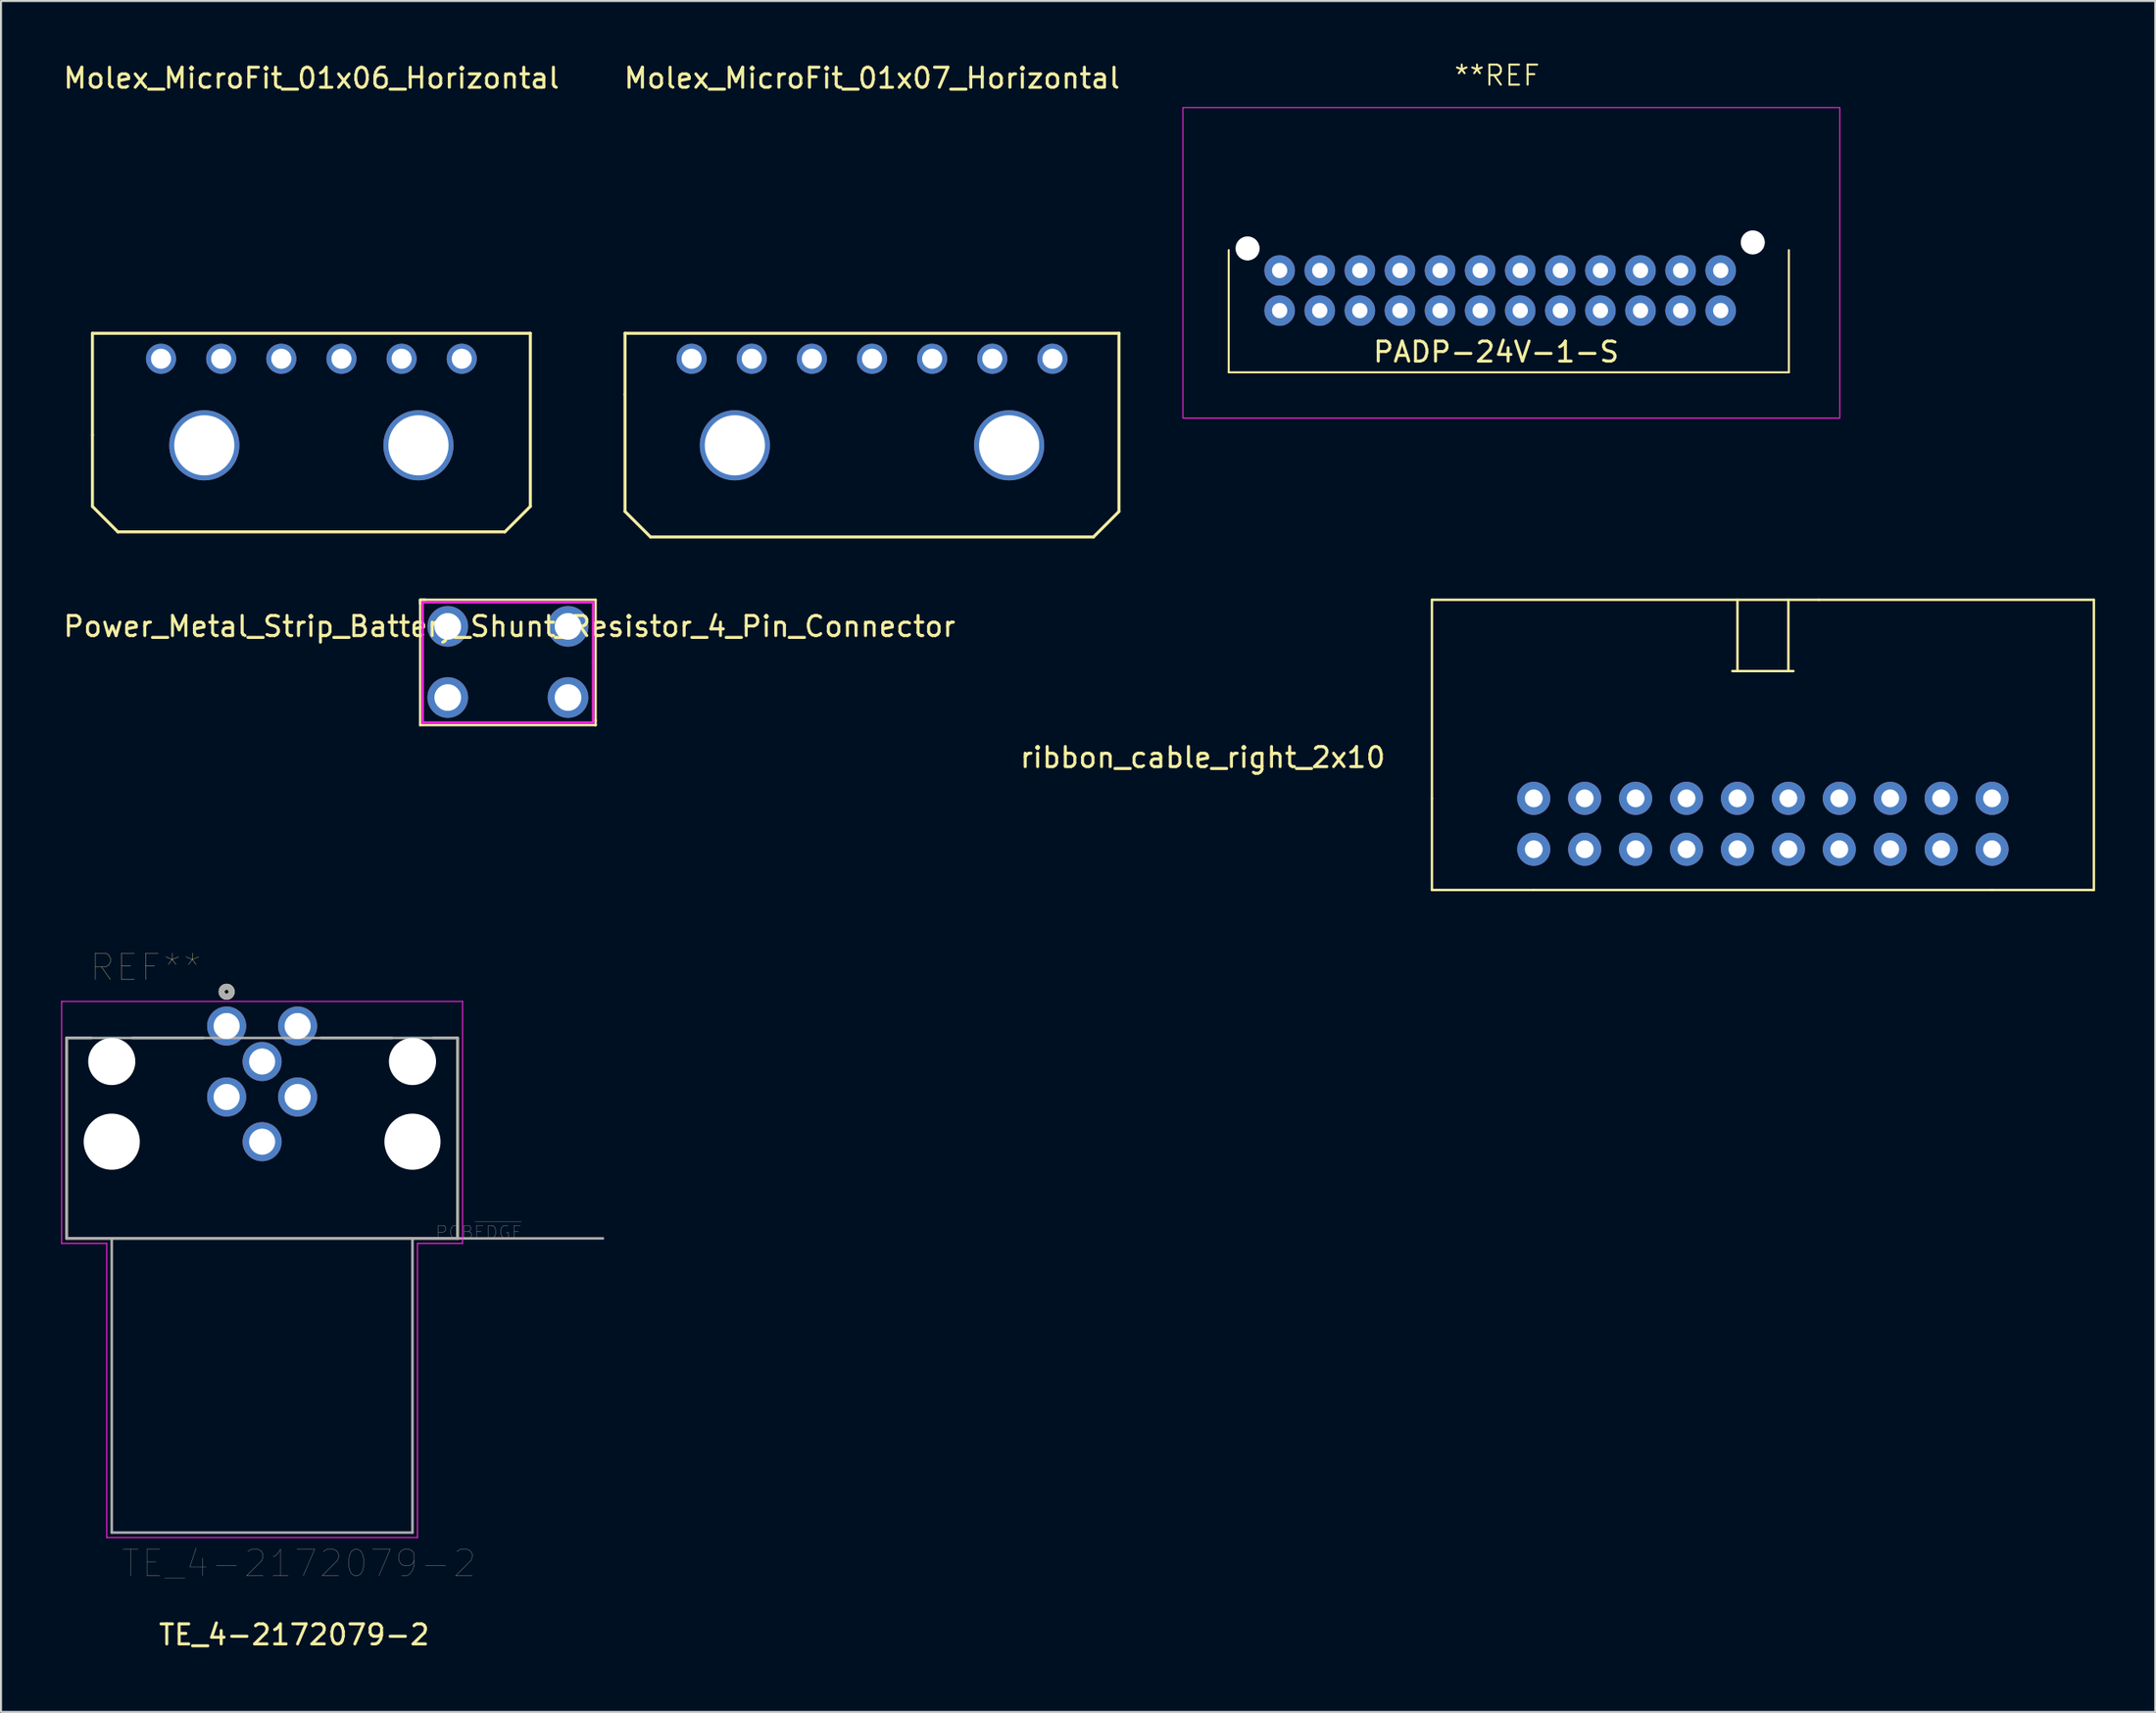
<source format=kicad_pcb>
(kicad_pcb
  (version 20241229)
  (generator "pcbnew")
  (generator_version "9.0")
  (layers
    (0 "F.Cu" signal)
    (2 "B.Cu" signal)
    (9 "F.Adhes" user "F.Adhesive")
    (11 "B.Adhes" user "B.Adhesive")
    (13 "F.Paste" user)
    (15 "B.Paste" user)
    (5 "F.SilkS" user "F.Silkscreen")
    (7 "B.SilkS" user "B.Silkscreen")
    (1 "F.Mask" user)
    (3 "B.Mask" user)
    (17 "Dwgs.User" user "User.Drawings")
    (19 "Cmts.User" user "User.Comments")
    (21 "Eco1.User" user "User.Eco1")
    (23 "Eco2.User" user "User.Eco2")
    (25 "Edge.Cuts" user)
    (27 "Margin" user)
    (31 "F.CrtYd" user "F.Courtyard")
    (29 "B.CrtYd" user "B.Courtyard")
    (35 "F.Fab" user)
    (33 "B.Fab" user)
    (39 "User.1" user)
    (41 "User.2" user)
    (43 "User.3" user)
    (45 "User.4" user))
  (footprint "Molex_MicroFit_01x06_Horizontal"
    (layer "F.Cu")
    (at 12.482 14.848)
    (property "Reference" "Molex_MicroFit_01x06_Horizontal" (at 0 -14 0) (layer "F.SilkS") (effects (font (size 1 1) (thickness 0.15))))
    (attr through_hole)
    (fp_line (start -10.922 3.81) (end -10.922 -1.27) (stroke (width 0.15) (type solid)) (layer "F.SilkS"))
    (fp_line (start -10.922 3.81) (end -10.922 7.366) (stroke (width 0.15) (type solid)) (layer "F.SilkS"))
    (fp_line (start -10.922 7.366) (end -9.652 8.636) (stroke (width 0.15) (type solid)) (layer "F.SilkS"))
    (fp_line (start -9.652 8.636) (end 9.652 8.636) (stroke (width 0.15) (type solid)) (layer "F.SilkS"))
    (fp_line (start 9.652 8.636) (end 10.922 7.366) (stroke (width 0.15) (type solid)) (layer "F.SilkS"))
    (fp_line (start 10.922 -1.27) (end -10.922 -1.27) (stroke (width 0.15) (type solid)) (layer "F.SilkS"))
    (fp_line (start 10.922 7.366) (end 10.922 -1.27) (stroke (width 0.15) (type solid)) (layer "F.SilkS"))
    (pad "" thru_hole circle (at -5.341 4.318) (size 3.5 3.5) (drill 3) (layers "*.Cu" "*.Mask"))
    (pad "" thru_hole circle (at 5.341 4.318) (size 3.5 3.5) (drill 3) (layers "*.Cu" "*.Mask"))
    (pad "1" thru_hole circle (at 7.5 0) (size 1.5 1.5) (drill 1) (layers "*.Cu" "*.Mask"))
    (pad "2" thru_hole circle (at 4.5 0) (size 1.5 1.5) (drill 1) (layers "*.Cu" "*.Mask"))
    (pad "3" thru_hole circle (at 1.5 0) (size 1.5 1.5) (drill 1) (layers "*.Cu" "*.Mask"))
    (pad "4" thru_hole circle (at -1.5 0) (size 1.5 1.5) (drill 1) (layers "*.Cu" "*.Mask"))
    (pad "5" thru_hole circle (at -4.5 0) (size 1.5 1.5) (drill 1) (layers "*.Cu" "*.Mask"))
    (pad "6" thru_hole circle (at -7.5 0) (size 1.5 1.5) (drill 1) (layers "*.Cu" "*.Mask")))
  (footprint "Molex_MicroFit_01x07_Horizontal"
    (layer "F.Cu")
    (at 40.446 14.848)
    (property "Reference" "Molex_MicroFit_01x07_Horizontal" (at 0 -14 0) (layer "F.SilkS") (effects (font (size 1 1) (thickness 0.15))))
    (attr through_hole)
    (fp_line (start -12.319 -1.27) (end 12.319 -1.27) (stroke (width 0.15) (type solid)) (layer "F.SilkS"))
    (fp_line (start -12.319 1.778) (end -12.319 -1.27) (stroke (width 0.15) (type solid)) (layer "F.SilkS"))
    (fp_line (start -12.319 1.778) (end -12.319 7.62) (stroke (width 0.15) (type solid)) (layer "F.SilkS"))
    (fp_line (start -11.049 8.89) (end -12.319 7.62) (stroke (width 0.15) (type solid)) (layer "F.SilkS"))
    (fp_line (start -11.049 8.89) (end 11.049 8.89) (stroke (width 0.15) (type solid)) (layer "F.SilkS"))
    (fp_line (start 12.319 -1.27) (end 12.319 7.62) (stroke (width 0.15) (type solid)) (layer "F.SilkS"))
    (fp_line (start 12.319 7.62) (end 11.049 8.89) (stroke (width 0.15) (type solid)) (layer "F.SilkS"))
    (pad "" thru_hole circle (at -6.841 4.318) (size 3.5 3.5) (drill 3) (layers "*.Cu" "*.Mask"))
    (pad "" thru_hole circle (at 6.841 4.318) (size 3.5 3.5) (drill 3) (layers "*.Cu" "*.Mask"))
    (pad "1" thru_hole circle (at 9 0) (size 1.5 1.5) (drill 1) (layers "*.Cu" "*.Mask"))
    (pad "2" thru_hole circle (at 6 0) (size 1.5 1.5) (drill 1) (layers "*.Cu" "*.Mask"))
    (pad "3" thru_hole circle (at 3 0) (size 1.5 1.5) (drill 1) (layers "*.Cu" "*.Mask"))
    (pad "4" thru_hole circle (at 0 0) (size 1.5 1.5) (drill 1) (layers "*.Cu" "*.Mask"))
    (pad "5" thru_hole circle (at -3 0) (size 1.5 1.5) (drill 1) (layers "*.Cu" "*.Mask"))
    (pad "6" thru_hole circle (at -6 0) (size 1.5 1.5) (drill 1) (layers "*.Cu" "*.Mask"))
    (pad "7" thru_hole circle (at -9 0) (size 1.5 1.5) (drill 1) (layers "*.Cu" "*.Mask")))
  (footprint "Power_Metal_Strip_Battery_Shunt_Resistor_4_Pin_Connector"
    (layer "F.Cu")
    (at 22.284 29.748)
    (property "Reference" "Power_Metal_Strip_Battery_Shunt_Resistor_4_Pin_Connector" (at 0.079 -1.548 0) (layer "F.SilkS") (effects (font (size 1 1) (thickness 0.15))))
    (attr through_hole)
    (fp_line (start -4.375 -2.875) (end -4.375 3.375) (stroke (width 0.12) (type solid)) (layer "F.SilkS"))
    (fp_line (start -4.375 -2.663) (end -4.375 -2.837) (stroke (width 0.12) (type solid)) (layer "F.SilkS"))
    (fp_line (start -4.375 3.375) (end 4.375 3.375) (stroke (width 0.12) (type solid)) (layer "F.SilkS"))
    (fp_line (start -4.1 -2.875) (end -4.375 -2.875) (stroke (width 0.12) (type solid)) (layer "F.SilkS"))
    (fp_line (start 4.35 3.375) (end 4.375 3.375) (stroke (width 0.12) (type solid)) (layer "F.SilkS"))
    (fp_line (start 4.375 -2.875) (end -4.375 -2.875) (stroke (width 0.12) (type solid)) (layer "F.SilkS"))
    (fp_line (start 4.375 3.125) (end 4.375 3.375) (stroke (width 0.12) (type solid)) (layer "F.SilkS"))
    (fp_line (start 4.375 3.175) (end 4.375 -2.875) (stroke (width 0.12) (type solid)) (layer "F.SilkS"))
    (fp_line (start -4.25 -2.75) (end -4.25 3.25) (stroke (width 0.12) (type solid)) (layer "F.CrtYd"))
    (fp_line (start -4.25 3.25) (end 4.25 3.25) (stroke (width 0.12) (type solid)) (layer "F.CrtYd"))
    (fp_line (start 4.25 -2.75) (end -4.25 -2.75) (stroke (width 0.12) (type solid)) (layer "F.CrtYd"))
    (fp_line (start 4.25 0.25) (end 4.25 -2.75) (stroke (width 0.12) (type solid)) (layer "F.CrtYd"))
    (fp_line (start 4.25 0.25) (end 4.25 3.25) (stroke (width 0.12) (type solid)) (layer "F.CrtYd"))
    (pad "1" thru_hole circle (at -3 2) (size 2.028 2.028) (drill 1.328) (layers "*.Cu" "*.Mask"))
    (pad "2" thru_hole circle (at 3 2) (size 2.028 2.028) (drill 1.328) (layers "*.Cu" "*.Mask"))
    (pad "3" thru_hole circle (at 3 -1.548) (size 2.028 2.028) (drill 1.328) (layers "*.Cu" "*.Mask"))
    (pad "4" thru_hole circle (at -3 -1.548) (size 2.028 2.028) (drill 1.328) (layers "*.Cu" "*.Mask")))
  (footprint "PADP-24V-1-S"
    (layer "F.Cu")
    (at 60.78 10.444)
    (property "Reference" "PADP-24V-1-S" (at 10.8 4.064 0) (unlocked yes) (layer "F.SilkS") (effects (font (size 1 1) (thickness 0.15))))
    (attr through_hole)
    (fp_line (start -2.54 -1.016) (end -2.54 5.08) (stroke (width 0.1) (type default)) (layer "F.SilkS"))
    (fp_line (start -2.54 5.08) (end 25.4 5.08) (stroke (width 0.1) (type default)) (layer "F.SilkS"))
    (fp_line (start 25.4 5.08) (end 25.4 -1.016) (stroke (width 0.1) (type default)) (layer "F.SilkS"))
    (fp_rect (start -4.826 -8.128) (end 27.94 7.366) (stroke (width 0.05) (type default)) (fill no) (layer "F.CrtYd"))
    (fp_text user "**REF" (at 8.636 -9.144 0) (unlocked yes) (layer "F.SilkS") (effects (font (size 1 1) (thickness 0.1)) (justify left bottom)))
    (pad "" np_thru_hole circle (at -1.6 -1.1) (size 1.2 1.2) (drill 1.2) (layers "*.Cu" "*.Mask"))
    (pad "" np_thru_hole circle (at 23.6 -1.4) (size 1.2 1.2) (drill 1.2) (layers "*.Cu" "*.Mask"))
    (pad "1" thru_hole circle (at 22 2) (size 1.524 1.524) (drill 0.762) (layers "*.Cu" "*.Mask"))
    (pad "2" thru_hole circle (at 22 0) (size 1.524 1.524) (drill 0.762) (layers "*.Cu" "*.Mask"))
    (pad "3" thru_hole circle (at 20 2) (size 1.524 1.524) (drill 0.762) (layers "*.Cu" "*.Mask"))
    (pad "4" thru_hole circle (at 20 0) (size 1.524 1.524) (drill 0.762) (layers "*.Cu" "*.Mask"))
    (pad "5" thru_hole circle (at 18 2) (size 1.524 1.524) (drill 0.762) (layers "*.Cu" "*.Mask"))
    (pad "6" thru_hole circle (at 18 0) (size 1.524 1.524) (drill 0.762) (layers "*.Cu" "*.Mask"))
    (pad "7" thru_hole circle (at 16 2) (size 1.524 1.524) (drill 0.762) (layers "*.Cu" "*.Mask"))
    (pad "8" thru_hole circle (at 16 0) (size 1.524 1.524) (drill 0.762) (layers "*.Cu" "*.Mask"))
    (pad "9" thru_hole circle (at 14 2) (size 1.524 1.524) (drill 0.762) (layers "*.Cu" "*.Mask"))
    (pad "10" thru_hole circle (at 14 0) (size 1.524 1.524) (drill 0.762) (layers "*.Cu" "*.Mask"))
    (pad "11" thru_hole circle (at 12 2) (size 1.524 1.524) (drill 0.762) (layers "*.Cu" "*.Mask"))
    (pad "12" thru_hole circle (at 12 0) (size 1.524 1.524) (drill 0.762) (layers "*.Cu" "*.Mask"))
    (pad "13" thru_hole circle (at 10 2) (size 1.524 1.524) (drill 0.762) (layers "*.Cu" "*.Mask"))
    (pad "14" thru_hole circle (at 10 0) (size 1.524 1.524) (drill 0.762) (layers "*.Cu" "*.Mask"))
    (pad "15" thru_hole circle (at 8 2) (size 1.524 1.524) (drill 0.762) (layers "*.Cu" "*.Mask"))
    (pad "16" thru_hole circle (at 8 0) (size 1.524 1.524) (drill 0.762) (layers "*.Cu" "*.Mask"))
    (pad "17" thru_hole circle (at 6 2) (size 1.524 1.524) (drill 0.762) (layers "*.Cu" "*.Mask"))
    (pad "18" thru_hole circle (at 6 0) (size 1.524 1.524) (drill 0.762) (layers "*.Cu" "*.Mask"))
    (pad "19" thru_hole circle (at 4 2) (size 1.524 1.524) (drill 0.762) (layers "*.Cu" "*.Mask"))
    (pad "20" thru_hole circle (at 4 0) (size 1.524 1.524) (drill 0.762) (layers "*.Cu" "*.Mask"))
    (pad "21" thru_hole circle (at 2 2) (size 1.524 1.524) (drill 0.762) (layers "*.Cu" "*.Mask"))
    (pad "22" thru_hole circle (at 2 0) (size 1.524 1.524) (drill 0.762) (layers "*.Cu" "*.Mask"))
    (pad "23" thru_hole circle (at 0 2) (size 1.524 1.524) (drill 0.762) (layers "*.Cu" "*.Mask"))
    (pad "24" thru_hole circle (at 0 0) (size 1.524 1.524) (drill 0.762) (layers "*.Cu" "*.Mask")))
  (footprint "TE_4-2172079-2"
    (layer "F.Cu")
    (at 11.625 78.008)
    (property "Reference" "TE_4-2172079-2" (at 0 0.5 0) (layer "F.SilkS") (effects (font (size 1 1) (thickness 0.15))))
    (attr through_hole)
    (fp_line (start -11.35 -29.275) (end -10.12 -29.275) (stroke (width 0.127) (type solid)) (layer "F.SilkS"))
    (fp_line (start -11.35 -19.275) (end -11.35 -29.275) (stroke (width 0.127) (type solid)) (layer "F.SilkS"))
    (fp_line (start -11.35 -19.275) (end 8.15 -19.275) (stroke (width 0.127) (type solid)) (layer "F.SilkS"))
    (fp_line (start -8.08 -29.275) (end -4.53 -29.275) (stroke (width 0.127) (type solid)) (layer "F.SilkS"))
    (fp_line (start 1.33 -29.275) (end 4.88 -29.275) (stroke (width 0.127) (type solid)) (layer "F.SilkS"))
    (fp_line (start 6.92 -29.275) (end 8.15 -29.275) (stroke (width 0.127) (type solid)) (layer "F.SilkS"))
    (fp_line (start 8.15 -29.275) (end 8.15 -19.275) (stroke (width 0.127) (type solid)) (layer "F.SilkS"))
    (fp_circle (center -3.37 -31.581) (end -3.27 -31.581) (stroke (width 0.3) (type solid)) (fill no) (layer "F.SilkS"))
    (fp_line (start -11.6 -31.1) (end 8.4 -31.1) (stroke (width 0.05) (type solid)) (layer "F.CrtYd"))
    (fp_line (start -11.6 -19.025) (end -11.6 -31.1) (stroke (width 0.05) (type solid)) (layer "F.CrtYd"))
    (fp_line (start -9.35 -19.025) (end -11.6 -19.025) (stroke (width 0.05) (type solid)) (layer "F.CrtYd"))
    (fp_line (start -9.35 -4.35) (end -9.35 -19.025) (stroke (width 0.05) (type solid)) (layer "F.CrtYd"))
    (fp_line (start 6.15 -19.025) (end 6.15 -4.35) (stroke (width 0.05) (type solid)) (layer "F.CrtYd"))
    (fp_line (start 6.15 -4.35) (end -9.35 -4.35) (stroke (width 0.05) (type solid)) (layer "F.CrtYd"))
    (fp_line (start 8.4 -31.1) (end 8.4 -19.025) (stroke (width 0.05) (type solid)) (layer "F.CrtYd"))
    (fp_line (start 8.4 -19.025) (end 6.15 -19.025) (stroke (width 0.05) (type solid)) (layer "F.CrtYd"))
    (fp_line (start -11.35 -29.275) (end 8.15 -29.275) (stroke (width 0.127) (type solid)) (layer "F.Fab"))
    (fp_line (start -11.35 -19.275) (end -11.35 -29.275) (stroke (width 0.127) (type solid)) (layer "F.Fab"))
    (fp_line (start -11.35 -19.275) (end -9.1 -19.275) (stroke (width 0.127) (type solid)) (layer "F.Fab"))
    (fp_line (start -9.1 -19.275) (end -9.1 -4.6) (stroke (width 0.127) (type solid)) (layer "F.Fab"))
    (fp_line (start -9.1 -19.275) (end 5.9 -19.275) (stroke (width 0.127) (type solid)) (layer "F.Fab"))
    (fp_line (start -9.1 -4.6) (end 5.9 -4.6) (stroke (width 0.127) (type solid)) (layer "F.Fab"))
    (fp_line (start 5.9 -19.275) (end 8.15 -19.275) (stroke (width 0.127) (type solid)) (layer "F.Fab"))
    (fp_line (start 5.9 -4.6) (end 5.9 -19.275) (stroke (width 0.127) (type solid)) (layer "F.Fab"))
    (fp_line (start 8.15 -29.275) (end 8.15 -19.275) (stroke (width 0.127) (type solid)) (layer "F.Fab"))
    (fp_line (start 8.15 -19.275) (end 15.4 -19.275) (stroke (width 0.127) (type solid)) (layer "F.Fab"))
    (fp_circle (center -3.37 -31.581) (end -3.27 -31.581) (stroke (width 0.3) (type solid)) (fill no) (layer "F.Fab"))
    (fp_text user "REF**" (at -7.409 -32.798 0) (layer "F.SilkS") (effects (font (size 1.32 1.32) (thickness 0.015))))
    (fp_text user "TE_4-2172079-2" (at 0.235 -3.058 0) (layer "F.Fab") (effects (font (size 1.32 1.32) (thickness 0.015))))
    (fp_text user "PCB~{EDGE}" (at 9.219 -19.581 0) (layer "F.Fab") (effects (font (size 0.64 0.64) (thickness 0.015))))
    (pad "" np_thru_hole circle (at -9.1 -28.1) (size 2.35 2.35) (drill 2.35) (layers "*.Cu" "*.Mask"))
    (pad "" np_thru_hole circle (at -9.1 -24.1) (size 2.8 2.8) (drill 2.8) (layers "*.Cu" "*.Mask"))
    (pad "" np_thru_hole circle (at 5.9 -28.1) (size 2.35 2.35) (drill 2.35) (layers "*.Cu" "*.Mask"))
    (pad "" np_thru_hole circle (at 5.9 -24.1) (size 2.8 2.8) (drill 2.8) (layers "*.Cu" "*.Mask"))
    (pad "1" thru_hole circle (at -3.37 -29.87) (size 1.95 1.95) (drill 1.3) (layers "*.Cu" "*.Mask"))
    (pad "2" thru_hole circle (at 0.17 -29.87) (size 1.95 1.95) (drill 1.3) (layers "*.Cu" "*.Mask"))
    (pad "3" thru_hole circle (at 0.17 -26.33) (size 1.95 1.95) (drill 1.3) (layers "*.Cu" "*.Mask"))
    (pad "4" thru_hole circle (at -3.37 -26.33) (size 1.95 1.95) (drill 1.3) (layers "*.Cu" "*.Mask"))
    (pad "5" thru_hole circle (at -1.6 -28.1) (size 1.95 1.95) (drill 1.3) (layers "*.Cu" "*.Mask"))
    (pad "S1" thru_hole circle (at -1.6 -24.1) (size 1.95 1.95) (drill 1.3) (layers "*.Cu" "*.Mask")))
  (footprint "ribbon_cable_right_2x10"
    (layer "F.Cu")
    (at 73.456 39.319)
    (property "Reference" "ribbon_cable_right_2x10" (at -16.51 -4.58 0) (layer "F.SilkS") (effects (font (size 1 1) (thickness 0.15))))
    (attr through_hole)
    (fp_line (start -5.08 -12.446) (end 14.224 -12.446) (stroke (width 0.12) (type solid)) (layer "F.SilkS"))
    (fp_line (start -5.08 -2.54) (end -5.08 -12.446) (stroke (width 0.12) (type solid)) (layer "F.SilkS"))
    (fp_line (start -5.08 2.032) (end -5.08 -2.54) (stroke (width 0.12) (type solid)) (layer "F.SilkS"))
    (fp_line (start 0 2.032) (end -5.08 2.032) (stroke (width 0.12) (type solid)) (layer "F.SilkS"))
    (fp_line (start 0 2.032) (end 22.86 2.032) (stroke (width 0.12) (type solid)) (layer "F.SilkS"))
    (fp_line (start 10.16 -12.446) (end 10.16 -8.89) (stroke (width 0.12) (type solid)) (layer "F.SilkS"))
    (fp_line (start 12.7 -12.446) (end 12.7 -8.89) (stroke (width 0.12) (type solid)) (layer "F.SilkS"))
    (fp_line (start 12.954 -8.89) (end 9.906 -8.89) (stroke (width 0.12) (type solid)) (layer "F.SilkS"))
    (fp_line (start 22.86 2.032) (end 27.94 2.032) (stroke (width 0.12) (type solid)) (layer "F.SilkS"))
    (fp_line (start 27.94 -12.446) (end 14.224 -12.446) (stroke (width 0.12) (type solid)) (layer "F.SilkS"))
    (fp_line (start 27.94 2.032) (end 27.94 -12.446) (stroke (width 0.12) (type solid)) (layer "F.SilkS"))
    (pad "1" thru_hole circle (at 0 0) (size 1.651 1.651) (drill 0.889) (layers "*.Cu" "*.Mask"))
    (pad "2" thru_hole circle (at 2.54 0) (size 1.651 1.651) (drill 0.889) (layers "*.Cu" "*.Mask"))
    (pad "3" thru_hole circle (at 5.08 0) (size 1.651 1.651) (drill 0.889) (layers "*.Cu" "*.Mask"))
    (pad "4" thru_hole circle (at 7.62 0) (size 1.651 1.651) (drill 0.889) (layers "*.Cu" "*.Mask"))
    (pad "5" thru_hole circle (at 10.16 0) (size 1.651 1.651) (drill 0.889) (layers "*.Cu" "*.Mask"))
    (pad "6" thru_hole circle (at 12.7 0) (size 1.651 1.651) (drill 0.889) (layers "*.Cu" "*.Mask"))
    (pad "7" thru_hole circle (at 15.24 0) (size 1.651 1.651) (drill 0.889) (layers "*.Cu" "*.Mask"))
    (pad "8" thru_hole circle (at 17.78 0) (size 1.651 1.651) (drill 0.889) (layers "*.Cu" "*.Mask"))
    (pad "9" thru_hole circle (at 20.32 0) (size 1.651 1.651) (drill 0.889) (layers "*.Cu" "*.Mask"))
    (pad "10" thru_hole circle (at 22.86 0) (size 1.651 1.651) (drill 0.889) (layers "*.Cu" "*.Mask"))
    (pad "11" thru_hole circle (at 22.86 -2.54) (size 1.651 1.651) (drill 0.889) (layers "*.Cu" "*.Mask"))
    (pad "12" thru_hole circle (at 20.32 -2.54) (size 1.651 1.651) (drill 0.889) (layers "*.Cu" "*.Mask"))
    (pad "13" thru_hole circle (at 17.78 -2.54) (size 1.651 1.651) (drill 0.889) (layers "*.Cu" "*.Mask"))
    (pad "14" thru_hole circle (at 15.24 -2.54) (size 1.651 1.651) (drill 0.889) (layers "*.Cu" "*.Mask"))
    (pad "15" thru_hole circle (at 12.7 -2.54) (size 1.651 1.651) (drill 0.889) (layers "*.Cu" "*.Mask"))
    (pad "16" thru_hole circle (at 10.16 -2.54) (size 1.651 1.651) (drill 0.889) (layers "*.Cu" "*.Mask"))
    (pad "17" thru_hole circle (at 7.62 -2.54) (size 1.651 1.651) (drill 0.889) (layers "*.Cu" "*.Mask"))
    (pad "18" thru_hole circle (at 5.08 -2.54) (size 1.651 1.651) (drill 0.889) (layers "*.Cu" "*.Mask"))
    (pad "19" thru_hole circle (at 2.54 -2.54) (size 1.651 1.651) (drill 0.889) (layers "*.Cu" "*.Mask"))
    (pad "20" thru_hole circle (at 0 -2.54) (size 1.651 1.651) (drill 0.889) (layers "*.Cu" "*.Mask")))
  (gr_rect
    (start -3 -3)
    (end 104.456 82.356)
    (stroke (width 0.1) (type default))
    (fill no)
    (layer "Edge.Cuts")))
</source>
